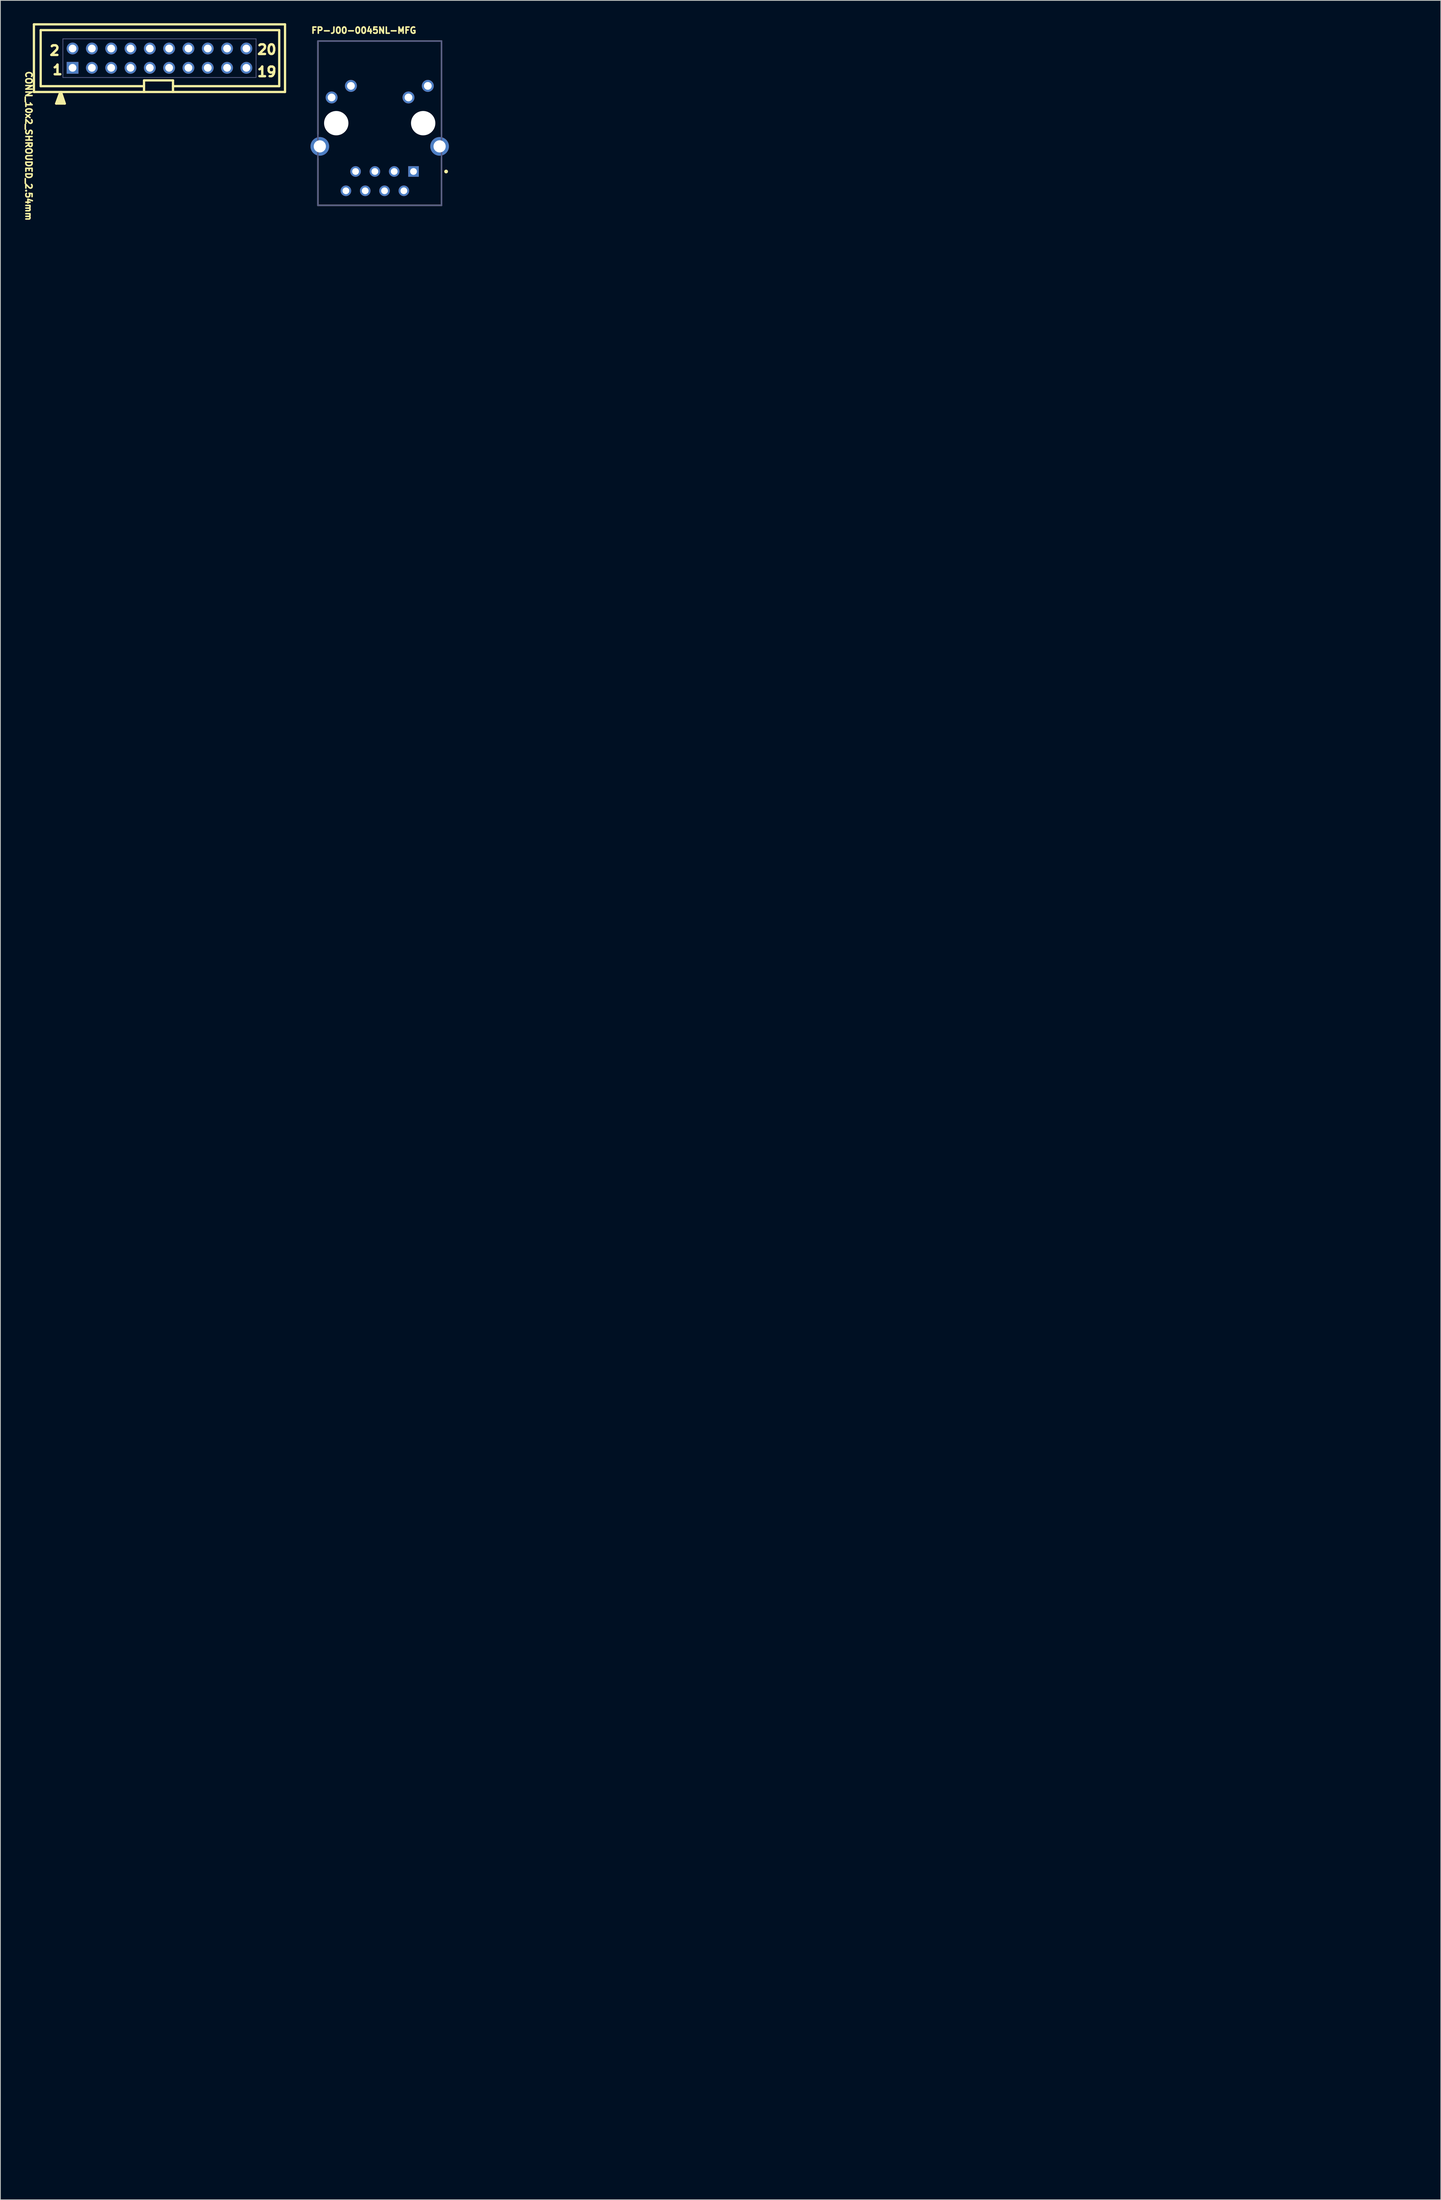
<source format=kicad_pcb>
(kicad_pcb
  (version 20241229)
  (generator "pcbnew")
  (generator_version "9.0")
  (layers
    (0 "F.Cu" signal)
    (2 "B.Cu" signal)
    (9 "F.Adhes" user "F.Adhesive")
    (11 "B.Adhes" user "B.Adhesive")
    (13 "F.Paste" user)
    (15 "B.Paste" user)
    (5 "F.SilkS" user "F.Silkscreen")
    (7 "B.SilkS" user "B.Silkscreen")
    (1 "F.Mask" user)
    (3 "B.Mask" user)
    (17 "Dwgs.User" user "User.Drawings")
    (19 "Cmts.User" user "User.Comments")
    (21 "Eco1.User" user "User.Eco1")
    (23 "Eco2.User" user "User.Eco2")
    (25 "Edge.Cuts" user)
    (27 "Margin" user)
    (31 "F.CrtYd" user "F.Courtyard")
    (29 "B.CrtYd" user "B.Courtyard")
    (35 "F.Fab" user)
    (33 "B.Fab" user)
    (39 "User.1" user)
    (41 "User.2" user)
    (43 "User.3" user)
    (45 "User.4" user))
  (footprint "CONN_10x2_SHROUDED_2.54mm"
    (layer "F.Cu")
    (at 6.49 5.865)
    (property "Reference" "CONN_10x2_SHROUDED_2.54mm" (at -6.248 0.339 270) (unlocked yes) (layer "F.SilkS") (effects (font (size 0.813 0.813) (thickness 0.203)) (justify left bottom)))
    (fp_line (start -5.08 -5.715) (end -5.08 3.175) (stroke (width 0.3) (type solid)) (layer "F.SilkS"))
    (fp_line (start -5.08 -5.715) (end 27.94 -5.715) (stroke (width 0.3) (type solid)) (layer "F.SilkS"))
    (fp_line (start -5.08 3.175) (end 27.94 3.175) (stroke (width 0.3) (type solid)) (layer "F.SilkS"))
    (fp_line (start -4.191 -4.953) (end -4.191 2.413) (stroke (width 0.3) (type solid)) (layer "F.SilkS"))
    (fp_line (start -4.191 -4.953) (end 27.178 -4.953) (stroke (width 0.3) (type solid)) (layer "F.SilkS"))
    (fp_line (start -4.191 2.413) (end 9.398 2.413) (stroke (width 0.3) (type solid)) (layer "F.SilkS"))
    (fp_line (start -2.159 4.699) (end -1.016 4.699) (stroke (width 0.3) (type solid)) (layer "F.SilkS"))
    (fp_line (start -1.905 4.445) (end -1.27 4.445) (stroke (width 0.3) (type solid)) (layer "F.SilkS"))
    (fp_line (start -1.651 3.302) (end -2.159 4.699) (stroke (width 0.3) (type solid)) (layer "F.SilkS"))
    (fp_line (start -1.524 3.175) (end -1.016 4.699) (stroke (width 0.3) (type solid)) (layer "F.SilkS"))
    (fp_line (start -1.524 3.556) (end -1.778 4.318) (stroke (width 0.3) (type solid)) (layer "F.SilkS"))
    (fp_line (start -1.524 3.556) (end -1.27 4.445) (stroke (width 0.3) (type solid)) (layer "F.SilkS"))
    (fp_line (start -1.524 4.191) (end -1.778 4.318) (stroke (width 0.3) (type solid)) (layer "F.SilkS"))
    (fp_line (start 9.398 1.651) (end 9.398 3.175) (stroke (width 0.3) (type solid)) (layer "F.SilkS"))
    (fp_line (start 9.398 1.651) (end 13.208 1.651) (stroke (width 0.3) (type solid)) (layer "F.SilkS"))
    (fp_line (start 13.208 1.651) (end 13.208 3.175) (stroke (width 0.3) (type solid)) (layer "F.SilkS"))
    (fp_line (start 13.208 2.413) (end 27.178 2.413) (stroke (width 0.3) (type solid)) (layer "F.SilkS"))
    (fp_line (start 27.178 -4.953) (end 27.178 2.413) (stroke (width 0.3) (type solid)) (layer "F.SilkS"))
    (fp_line (start 27.94 -5.715) (end 27.94 3.175) (stroke (width 0.3) (type solid)) (layer "F.SilkS"))
    (fp_line (start -1.495 -4.035) (end -1.495 1.495) (stroke (width 0.05) (type solid)) (layer "Eco1.User"))
    (fp_line (start -1.495 -4.035) (end 24.355 -4.035) (stroke (width 0.05) (type solid)) (layer "Eco1.User"))
    (fp_line (start -1.495 1.495) (end 24.355 1.495) (stroke (width 0.05) (type solid)) (layer "Eco1.User"))
    (fp_line (start 24.355 -4.035) (end 24.355 1.495) (stroke (width 0.05) (type solid)) (layer "Eco1.User"))
    (fp_line (start -1.27 -3.81) (end -1.27 1.27) (stroke (width 0.1) (type solid)) (layer "B.Fab"))
    (fp_line (start -1.27 -3.81) (end 24.13 -3.81) (stroke (width 0.1) (type solid)) (layer "B.Fab"))
    (fp_line (start -1.27 1.27) (end 24.13 1.27) (stroke (width 0.1) (type solid)) (layer "B.Fab"))
    (fp_line (start 24.13 -3.81) (end 24.13 1.27) (stroke (width 0.1) (type solid)) (layer "B.Fab"))
    (fp_text user "20" (at 24.13 -1.651 0) (unlocked yes) (layer "F.SilkS") (effects (font (size 1.27 1.27) (thickness 0.381) (bold yes)) (justify left bottom)))
    (fp_text user "2" (at -3.175 -1.524 0) (unlocked yes) (layer "F.SilkS") (effects (font (size 1.27 1.27) (thickness 0.381) (bold yes)) (justify left bottom)))
    (fp_text user "1" (at -2.794 1.016 0) (unlocked yes) (layer "F.SilkS") (effects (font (size 1.27 1.27) (thickness 0.381) (bold yes)) (justify left bottom)))
    (fp_text user "19" (at 24.13 1.27 0) (unlocked yes) (layer "F.SilkS") (effects (font (size 1.27 1.27) (thickness 0.381) (bold yes)) (justify left bottom)))
    (pad "1" thru_hole rect (at 0 0) (size 1.55 1.55) (drill 1.02) (layers "*.Cu" "*.Mask"))
    (pad "2" thru_hole circle (at 0 -2.54) (size 1.55 1.55) (drill 1.02) (layers "*.Cu" "*.Mask"))
    (pad "3" thru_hole circle (at 2.54 0) (size 1.55 1.55) (drill 1.02) (layers "*.Cu" "*.Mask"))
    (pad "4" thru_hole circle (at 2.54 -2.54) (size 1.55 1.55) (drill 1.02) (layers "*.Cu" "*.Mask"))
    (pad "5" thru_hole circle (at 5.08 0) (size 1.55 1.55) (drill 1.02) (layers "*.Cu" "*.Mask"))
    (pad "6" thru_hole circle (at 5.08 -2.54) (size 1.55 1.55) (drill 1.02) (layers "*.Cu" "*.Mask"))
    (pad "7" thru_hole circle (at 7.62 0) (size 1.55 1.55) (drill 1.02) (layers "*.Cu" "*.Mask"))
    (pad "8" thru_hole circle (at 7.62 -2.54) (size 1.55 1.55) (drill 1.02) (layers "*.Cu" "*.Mask"))
    (pad "9" thru_hole circle (at 10.16 0) (size 1.55 1.55) (drill 1.02) (layers "*.Cu" "*.Mask"))
    (pad "10" thru_hole circle (at 10.16 -2.54) (size 1.55 1.55) (drill 1.02) (layers "*.Cu" "*.Mask"))
    (pad "11" thru_hole circle (at 12.7 0) (size 1.55 1.55) (drill 1.02) (layers "*.Cu" "*.Mask"))
    (pad "12" thru_hole circle (at 12.7 -2.54) (size 1.55 1.55) (drill 1.02) (layers "*.Cu" "*.Mask"))
    (pad "13" thru_hole circle (at 15.24 0) (size 1.55 1.55) (drill 1.02) (layers "*.Cu" "*.Mask"))
    (pad "14" thru_hole circle (at 15.24 -2.54) (size 1.55 1.55) (drill 1.02) (layers "*.Cu" "*.Mask"))
    (pad "15" thru_hole circle (at 17.78 0) (size 1.55 1.55) (drill 1.02) (layers "*.Cu" "*.Mask"))
    (pad "16" thru_hole circle (at 17.78 -2.54) (size 1.55 1.55) (drill 1.02) (layers "*.Cu" "*.Mask"))
    (pad "17" thru_hole circle (at 20.32 0) (size 1.55 1.55) (drill 1.02) (layers "*.Cu" "*.Mask"))
    (pad "18" thru_hole circle (at 20.32 -2.54) (size 1.55 1.55) (drill 1.02) (layers "*.Cu" "*.Mask"))
    (pad "19" thru_hole circle (at 22.86 0) (size 1.55 1.55) (drill 1.02) (layers "*.Cu" "*.Mask"))
    (pad "20" thru_hole circle (at 22.86 -2.54) (size 1.55 1.55) (drill 1.02) (layers "*.Cu" "*.Mask")))
  (footprint "FP-J00-0045NL-MFG"
    (layer "F.Cu")
    (at 46.88 13.145)
    (property "Reference" "FP-J00-0045NL-MFG" (at -9.097 -11.722 0) (unlocked yes) (layer "F.SilkS") (effects (font (size 0.813 0.813) (thickness 0.203)) (justify left bottom)))
    (fp_line (start -8.13 1.445) (end -8.13 -10.795) (stroke (width 0.2) (type solid)) (layer "F.SilkS"))
    (fp_line (start -8.13 10.795) (end -8.13 4.645) (stroke (width 0.2) (type solid)) (layer "F.SilkS"))
    (fp_line (start 8.13 -10.795) (end -8.13 -10.795) (stroke (width 0.2) (type solid)) (layer "F.SilkS"))
    (fp_line (start 8.13 1.445) (end 8.13 -10.795) (stroke (width 0.2) (type solid)) (layer "F.SilkS"))
    (fp_line (start 8.13 10.795) (end -8.13 10.795) (stroke (width 0.2) (type solid)) (layer "F.SilkS"))
    (fp_line (start 8.13 10.795) (end 8.13 4.645) (stroke (width 0.2) (type solid)) (layer "F.SilkS"))
    (fp_circle (center 8.73 6.35) (end 8.605 6.35) (stroke (width 0.25) (type solid)) (fill no) (layer "F.SilkS"))
    (fp_line (start -9.2 10.895) (end -9.2 -10.895) (stroke (width 0.2) (type solid)) (layer "Eco1.User"))
    (fp_line (start 0 0.5) (end 0 -0.5) (stroke (width 0.1) (type solid)) (layer "Eco1.User"))
    (fp_line (start 0.5 0) (end -0.5 0) (stroke (width 0.1) (type solid)) (layer "Eco1.User"))
    (fp_line (start 9.2 -10.895) (end -9.2 -10.895) (stroke (width 0.2) (type solid)) (layer "Eco1.User"))
    (fp_line (start 9.2 10.895) (end -9.2 10.895) (stroke (width 0.2) (type solid)) (layer "Eco1.User"))
    (fp_line (start 9.2 10.895) (end 9.2 -10.895) (stroke (width 0.2) (type solid)) (layer "Eco1.User"))
    (fp_line (start -8.13 10.795) (end -8.13 -10.795) (stroke (width 0.2) (type solid)) (layer "B.Fab"))
    (fp_line (start 8.13 -10.795) (end -8.13 -10.795) (stroke (width 0.2) (type solid)) (layer "B.Fab"))
    (fp_line (start 8.13 10.795) (end -8.13 10.795) (stroke (width 0.2) (type solid)) (layer "B.Fab"))
    (fp_line (start 8.13 10.795) (end 8.13 -10.795) (stroke (width 0.2) (type solid)) (layer "B.Fab"))
    (fp_line (start -9.2 10.895) (end -9.2 -10.895) (stroke (width 0.2) (type solid)) (layer "User.5"))
    (fp_line (start 9.2 -10.895) (end -9.2 -10.895) (stroke (width 0.2) (type solid)) (layer "User.5"))
    (fp_line (start 9.2 10.895) (end -9.2 10.895) (stroke (width 0.2) (type solid)) (layer "User.5"))
    (fp_line (start 9.2 10.895) (end 9.2 -10.895) (stroke (width 0.2) (type solid)) (layer "User.5"))
    (fp_text user "${REFERENCE}" (at -0.002 0.177 0) (unlocked yes) (layer "User.5") (effects (font (face "Arial") (size 0.63 0.63) (thickness 0.1)) (justify left bottom)))
    (pad "" np_thru_hole circle (at -5.715 -0.005) (size 3.2 3.2) (drill 3.2) (layers "*.Cu" "*.Mask"))
    (pad "" np_thru_hole circle (at 5.715 -0.005) (size 3.2 3.2) (drill 3.2) (layers "*.Cu" "*.Mask"))
    (pad "1" thru_hole rect (at 4.445 6.345) (size 1.39 1.39) (drill 0.89) (layers "*.Cu" "*.Mask"))
    (pad "2" thru_hole circle (at 3.175 8.885) (size 1.39 1.39) (drill 0.89) (layers "*.Cu" "*.Mask"))
    (pad "3" thru_hole circle (at 1.905 6.345) (size 1.39 1.39) (drill 0.89) (layers "*.Cu" "*.Mask"))
    (pad "4" thru_hole circle (at 0.635 8.885) (size 1.39 1.39) (drill 0.89) (layers "*.Cu" "*.Mask"))
    (pad "5" thru_hole circle (at -0.635 6.345) (size 1.39 1.39) (drill 0.89) (layers "*.Cu" "*.Mask"))
    (pad "6" thru_hole circle (at -1.905 8.885) (size 1.39 1.39) (drill 0.89) (layers "*.Cu" "*.Mask"))
    (pad "7" thru_hole circle (at -3.175 6.345) (size 1.39 1.39) (drill 0.89) (layers "*.Cu" "*.Mask"))
    (pad "8" thru_hole circle (at -4.445 8.885) (size 1.39 1.39) (drill 0.89) (layers "*.Cu" "*.Mask"))
    (pad "9" thru_hole circle (at 6.325 -4.905) (size 1.57 1.57) (drill 1.02) (layers "*.Cu" "*.Mask"))
    (pad "10" thru_hole circle (at 3.785 -3.385) (size 1.57 1.57) (drill 1.02) (layers "*.Cu" "*.Mask"))
    (pad "11" thru_hole circle (at -3.785 -4.905) (size 1.57 1.57) (drill 1.02) (layers "*.Cu" "*.Mask"))
    (pad "12" thru_hole circle (at -6.325 -3.385) (size 1.57 1.57) (drill 1.02) (layers "*.Cu" "*.Mask"))
    (pad "13" thru_hole circle (at -7.875 3.045) (size 2.45 2.45) (drill 1.6) (layers "*.Cu" "*.Mask"))
    (pad "14" thru_hole circle (at 7.875 3.045) (size 2.45 2.45) (drill 1.6) (layers "*.Cu" "*.Mask"))
    (zone (net_name "") (layers "F.Cu" "B.Cu") (hatch edge 0.5) (connect_pads) (min_thickness 0.25) (filled_areas_thickness no) (keepout (tracks not_allowed) (vias not_allowed) (pads not_allowed) (copperpour not_allowed) (footprints allowed)) (placement (enabled no)) (fill) (polygon (pts (xy 167.148 283.104) (xy 167.148 280.184) (xy 183.408 280.184) (xy 183.408 283.104)))))
  (gr_rect
    (start -3 -3)
    (end 186.408 286.104)
    (stroke (width 0.1) (type default))
    (fill no)
    (layer "Edge.Cuts")))
</source>
